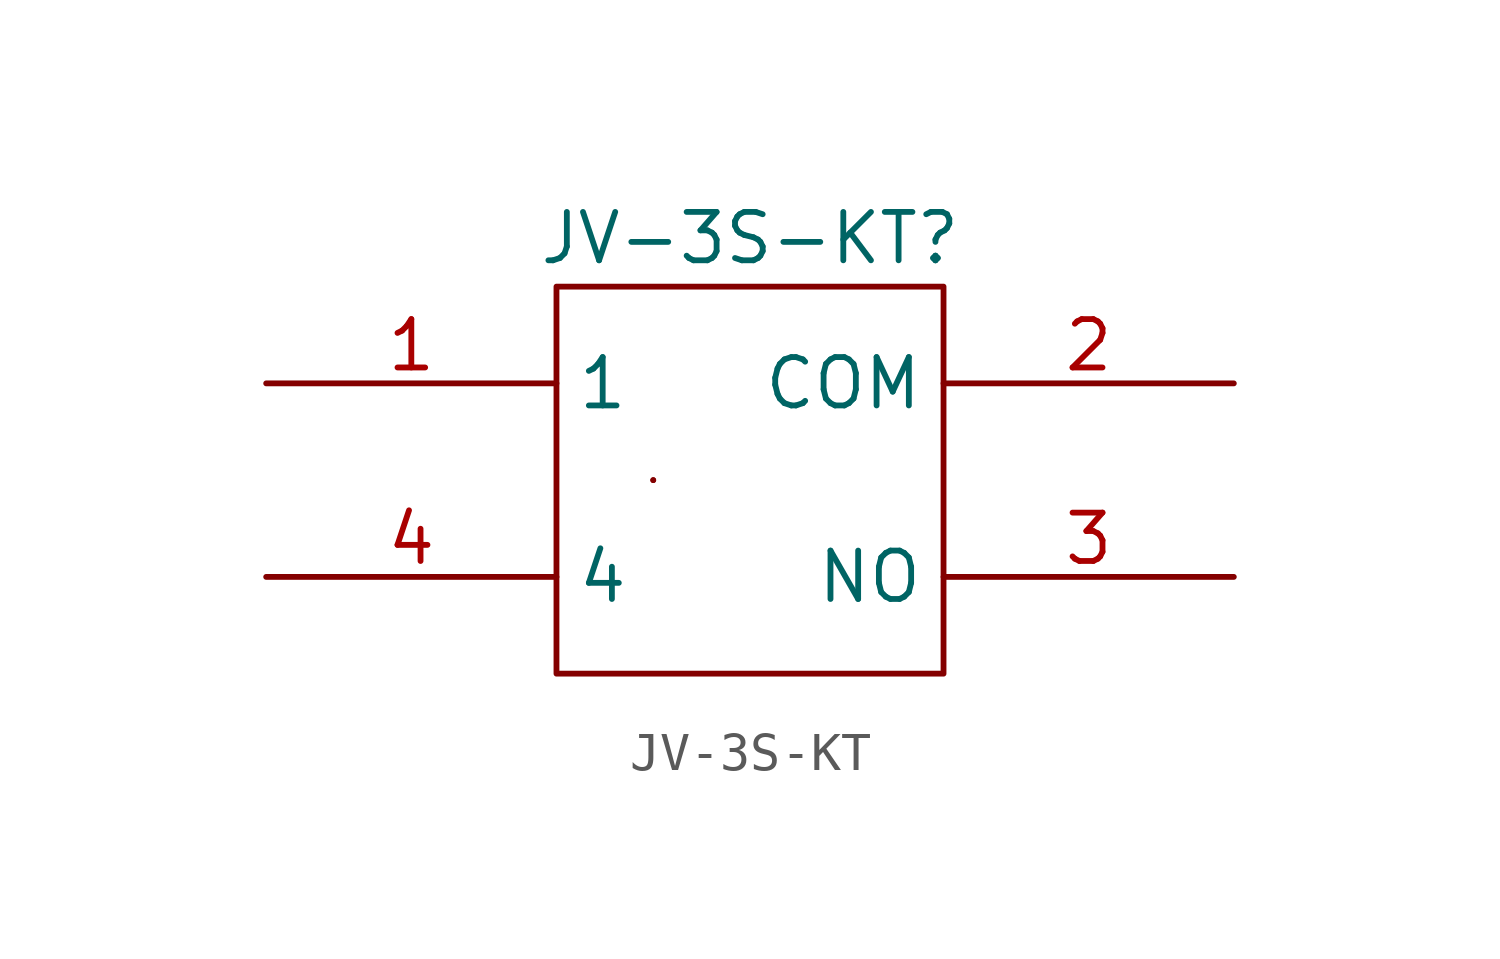
<source format=kicad_sym>
(kicad_symbol_lib
  (version 20220914)
  (generator kicad_symbol_editor)
  (symbol "JV-3S-KT"
    (property "Reference" "JV-3S-KT"
      (at 0 6.35 0)
      (effects (font (size 1.27 1.27))))
    (property "Value" ""
      (at -2.54 0 0)
      (effects (font (size 1.27 1.27))))
    (symbol "JV-3S-KT_0_1"
      (rectangle (start -5.08 5.08) (end 5.08 -5.08) (stroke (width 0) (type default)) (fill (type none)))
      (rectangle (start -2.54 0) (end -2.54 0) (stroke (width 0) (type default)) (fill (type none)))
      (rectangle (start -2.54 0) (end -2.54 0) (stroke (width 0) (type default)) (fill (type none))))
    (symbol "JV-3S-KT_1_1"
      (pin power_in line (at -12.7 2.54 0) (length 7.62) (name "1" (effects (font (size 1.27 1.27)))) (number "1" (effects (font (size 1.27 1.27)))))
      (pin output line (at 12.7 2.54 180) (length 7.62) (name "COM" (effects (font (size 1.27 1.27)))) (number "2" (effects (font (size 1.27 1.27)))))
      (pin input line (at 12.7 -2.54 180) (length 7.62) (name "NO" (effects (font (size 1.27 1.27)))) (number "3" (effects (font (size 1.27 1.27)))))
      (pin power_out line (at -12.7 -2.54 0) (length 7.62) (name "4" (effects (font (size 1.27 1.27)))) (number "4" (effects (font (size 1.27 1.27))))))))
</source>
